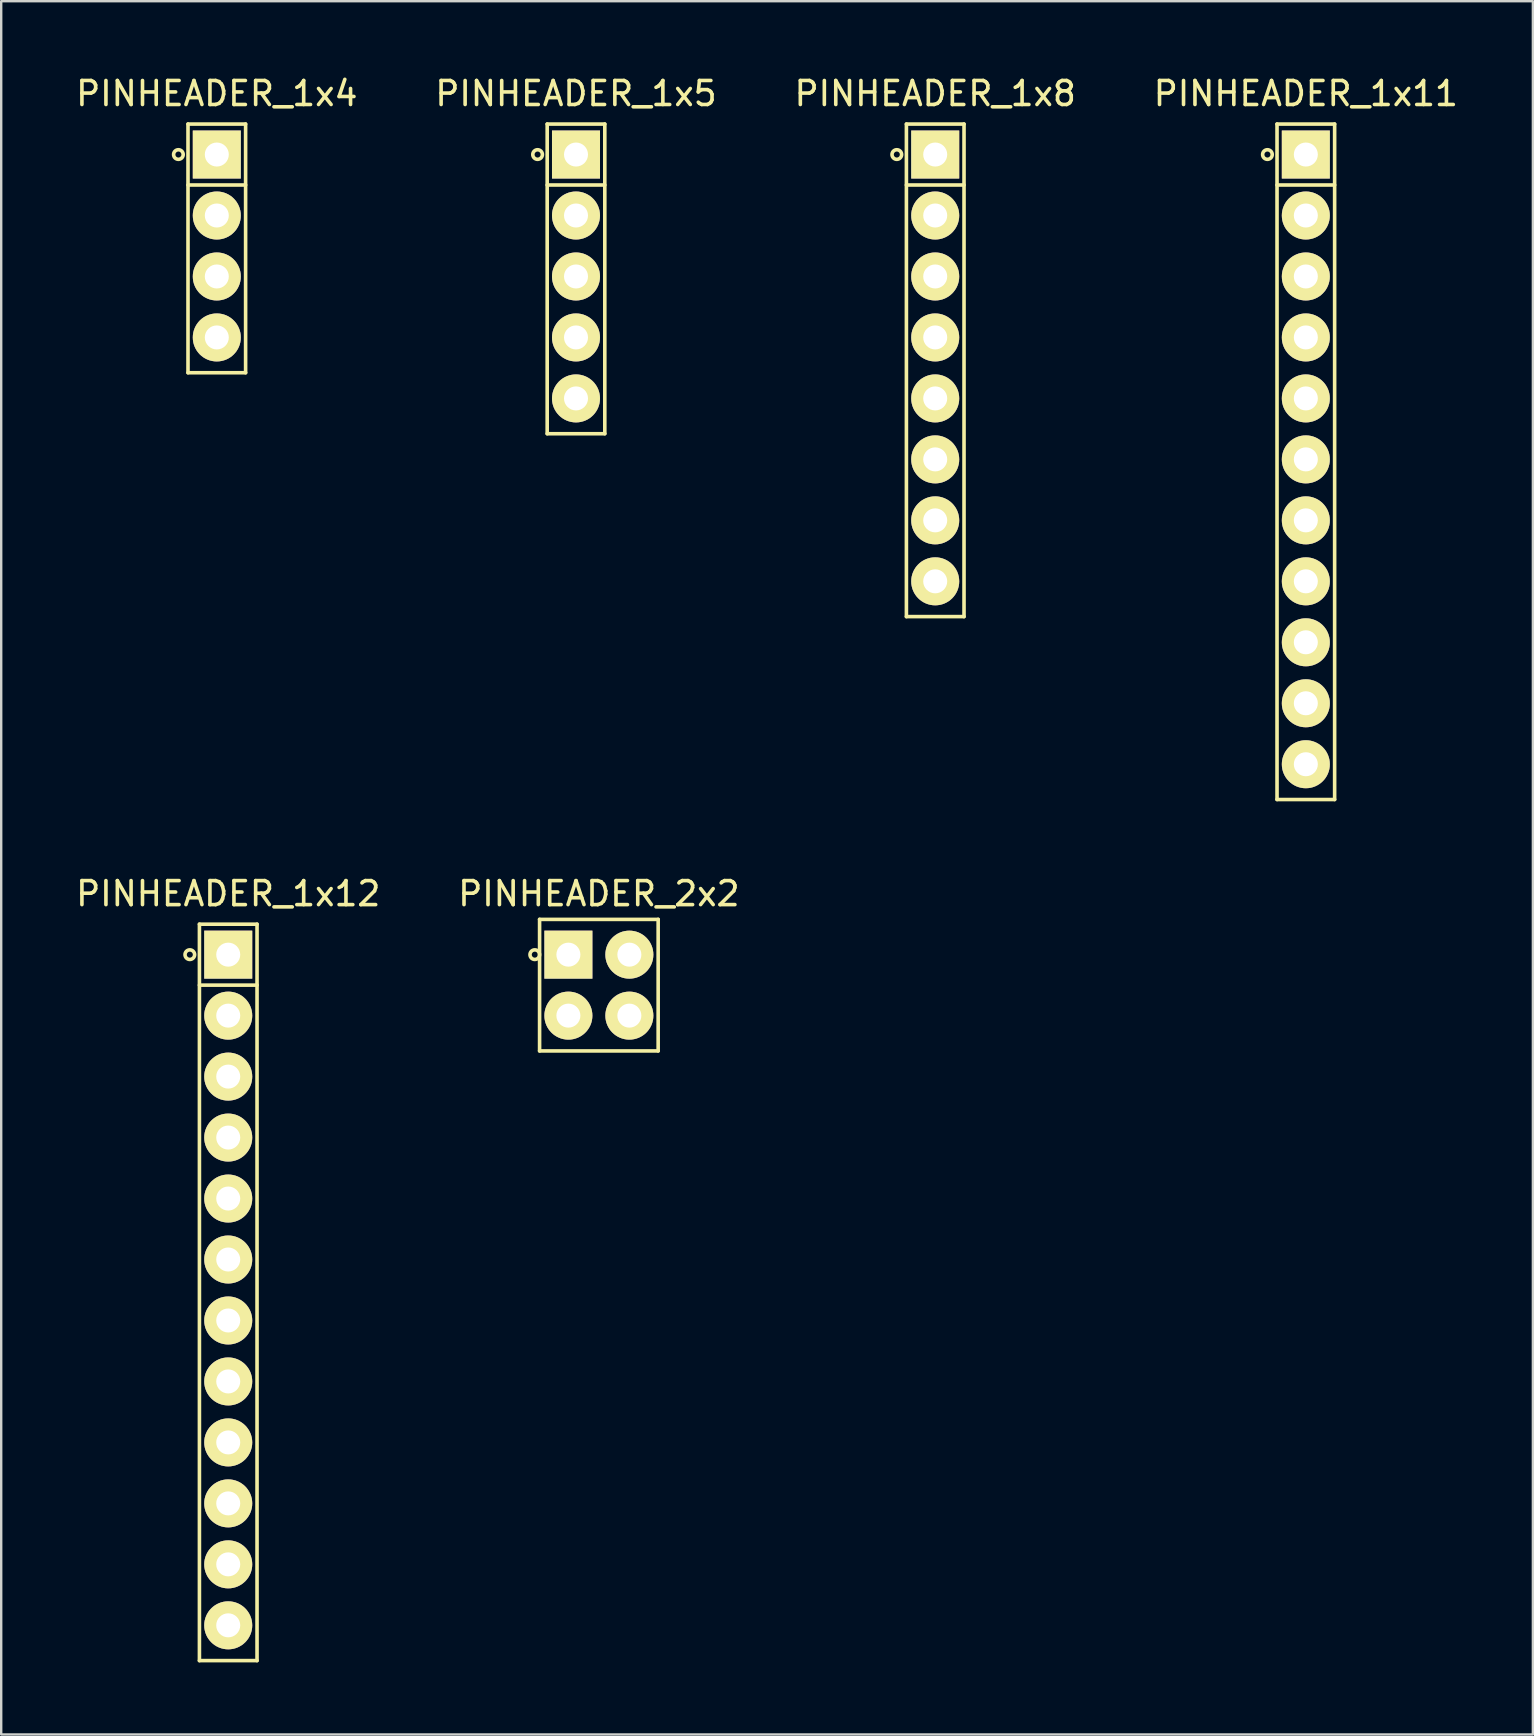
<source format=kicad_pcb>
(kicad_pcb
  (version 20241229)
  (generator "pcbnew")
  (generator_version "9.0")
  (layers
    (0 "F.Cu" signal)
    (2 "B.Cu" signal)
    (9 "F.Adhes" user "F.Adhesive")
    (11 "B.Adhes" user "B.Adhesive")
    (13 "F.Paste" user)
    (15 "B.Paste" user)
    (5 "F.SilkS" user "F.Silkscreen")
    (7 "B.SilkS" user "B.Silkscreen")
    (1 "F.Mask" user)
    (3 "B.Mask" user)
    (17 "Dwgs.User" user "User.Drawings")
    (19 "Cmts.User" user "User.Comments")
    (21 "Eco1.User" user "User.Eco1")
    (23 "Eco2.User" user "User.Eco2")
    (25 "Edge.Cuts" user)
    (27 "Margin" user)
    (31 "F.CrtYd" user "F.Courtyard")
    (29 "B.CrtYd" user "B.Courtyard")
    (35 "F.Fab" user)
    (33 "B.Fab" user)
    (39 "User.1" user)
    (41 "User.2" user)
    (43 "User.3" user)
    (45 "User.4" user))
  (footprint "PINHEADER_1x12"
    (layer "F.Cu")
    (at 6.458 36.721)
    (property "Reference" "PINHEADER_1x12" (at 0 -2.54 0) (layer "F.SilkS") (effects (font (size 1 1) (thickness 0.15))))
    (attr through_hole)
    (fp_line (start -1.2 -1.27) (end 1.2 -1.27) (stroke (width 0.15) (type solid)) (layer "F.SilkS"))
    (fp_line (start -1.2 1.27) (end 1.2 1.27) (stroke (width 0.15) (type solid)) (layer "F.SilkS"))
    (fp_line (start -1.2 29.41) (end -1.2 -1.27) (stroke (width 0.15) (type solid)) (layer "F.SilkS"))
    (fp_line (start 1.2 -1.27) (end 1.2 29.41) (stroke (width 0.15) (type solid)) (layer "F.SilkS"))
    (fp_line (start 1.2 29.41) (end -1.2 29.41) (stroke (width 0.15) (type solid)) (layer "F.SilkS"))
    (fp_circle (center -1.6 0) (end -1.6 0.2) (stroke (width 0.15) (type solid)) (fill no) (layer "F.SilkS"))
    (pad "1" thru_hole rect (at 0 0) (size 2 2) (drill 1) (layers "*.Cu" "*.Mask" "F.SilkS"))
    (pad "2" thru_hole circle (at 0 2.54) (size 2 2) (drill 1) (layers "*.Cu" "*.Mask" "F.SilkS"))
    (pad "3" thru_hole circle (at 0 5.08) (size 2 2) (drill 1) (layers "*.Cu" "*.Mask" "F.SilkS"))
    (pad "4" thru_hole circle (at 0 7.62) (size 2 2) (drill 1) (layers "*.Cu" "*.Mask" "F.SilkS"))
    (pad "5" thru_hole circle (at 0 10.16) (size 2 2) (drill 1) (layers "*.Cu" "*.Mask" "F.SilkS"))
    (pad "6" thru_hole circle (at 0 12.7) (size 2 2) (drill 1) (layers "*.Cu" "*.Mask" "F.SilkS"))
    (pad "7" thru_hole circle (at 0 15.24) (size 2 2) (drill 1) (layers "*.Cu" "*.Mask" "F.SilkS"))
    (pad "8" thru_hole circle (at 0 17.78) (size 2 2) (drill 1) (layers "*.Cu" "*.Mask" "F.SilkS"))
    (pad "9" thru_hole circle (at 0 20.32) (size 2 2) (drill 1) (layers "*.Cu" "*.Mask" "F.SilkS"))
    (pad "10" thru_hole circle (at 0 22.86) (size 2 2) (drill 1) (layers "*.Cu" "*.Mask" "F.SilkS"))
    (pad "11" thru_hole circle (at 0 25.4) (size 2 2) (drill 1) (layers "*.Cu" "*.Mask" "F.SilkS"))
    (pad "12" thru_hole circle (at 0 27.94) (size 2 2) (drill 1) (layers "*.Cu" "*.Mask" "F.SilkS")))
  (footprint "PINHEADER_1x8"
    (layer "F.Cu")
    (at 35.911 3.388)
    (property "Reference" "PINHEADER_1x8" (at 0 -2.54 0) (layer "F.SilkS") (effects (font (size 1 1) (thickness 0.15))))
    (attr through_hole)
    (fp_line (start -1.2 -1.27) (end 1.2 -1.27) (stroke (width 0.15) (type solid)) (layer "F.SilkS"))
    (fp_line (start -1.2 1.27) (end 1.2 1.27) (stroke (width 0.15) (type solid)) (layer "F.SilkS"))
    (fp_line (start -1.2 19.25) (end -1.2 -1.27) (stroke (width 0.15) (type solid)) (layer "F.SilkS"))
    (fp_line (start 1.2 -1.27) (end 1.2 19.25) (stroke (width 0.15) (type solid)) (layer "F.SilkS"))
    (fp_line (start 1.2 19.25) (end -1.2 19.25) (stroke (width 0.15) (type solid)) (layer "F.SilkS"))
    (fp_circle (center -1.6 0) (end -1.6 0.2) (stroke (width 0.15) (type solid)) (fill no) (layer "F.SilkS"))
    (pad "1" thru_hole rect (at 0 0) (size 2 2) (drill 1) (layers "*.Cu" "*.Mask" "F.SilkS"))
    (pad "2" thru_hole circle (at 0 2.54) (size 2 2) (drill 1) (layers "*.Cu" "*.Mask" "F.SilkS"))
    (pad "3" thru_hole circle (at 0 5.08) (size 2 2) (drill 1) (layers "*.Cu" "*.Mask" "F.SilkS"))
    (pad "4" thru_hole circle (at 0 7.62) (size 2 2) (drill 1) (layers "*.Cu" "*.Mask" "F.SilkS"))
    (pad "5" thru_hole circle (at 0 10.16) (size 2 2) (drill 1) (layers "*.Cu" "*.Mask" "F.SilkS"))
    (pad "6" thru_hole circle (at 0 12.7) (size 2 2) (drill 1) (layers "*.Cu" "*.Mask" "F.SilkS"))
    (pad "7" thru_hole circle (at 0 15.24) (size 2 2) (drill 1) (layers "*.Cu" "*.Mask" "F.SilkS"))
    (pad "8" thru_hole circle (at 0 17.78) (size 2 2) (drill 1) (layers "*.Cu" "*.Mask" "F.SilkS")))
  (footprint "PINHEADER_2x2"
    (layer "F.Cu")
    (at 20.629 36.721)
    (property "Reference" "PINHEADER_2x2" (at 1.27 -2.54 0) (layer "F.SilkS") (effects (font (size 1 1) (thickness 0.15))))
    (attr through_hole)
    (fp_line (start -1.2 -1.47) (end 3.74 -1.47) (stroke (width 0.15) (type solid)) (layer "F.SilkS"))
    (fp_line (start -1.2 4.01) (end -1.2 -1.47) (stroke (width 0.15) (type solid)) (layer "F.SilkS"))
    (fp_line (start 3.74 -1.47) (end 3.74 4.01) (stroke (width 0.15) (type solid)) (layer "F.SilkS"))
    (fp_line (start 3.74 4.01) (end -1.2 4.01) (stroke (width 0.15) (type solid)) (layer "F.SilkS"))
    (fp_circle (center -1.4 0) (end -1.4 0.2) (stroke (width 0.15) (type solid)) (fill no) (layer "F.SilkS"))
    (pad "1" thru_hole rect (at 0 0) (size 2 2) (drill 1) (layers "*.Cu" "*.Mask" "F.SilkS"))
    (pad "2" thru_hole circle (at 0 2.54) (size 2 2) (drill 1) (layers "*.Cu" "*.Mask" "F.SilkS"))
    (pad "3" thru_hole circle (at 2.54 2.54) (size 2 2) (drill 1) (layers "*.Cu" "*.Mask" "F.SilkS"))
    (pad "4" thru_hole circle (at 2.54 0) (size 2 2) (drill 1) (layers "*.Cu" "*.Mask" "F.SilkS")))
  (footprint "PINHEADER_1x4"
    (layer "F.Cu")
    (at 5.982 3.388)
    (property "Reference" "PINHEADER_1x4" (at 0 -2.54 0) (layer "F.SilkS") (effects (font (size 1 1) (thickness 0.15))))
    (attr through_hole)
    (fp_line (start -1.2 -1.27) (end 1.2 -1.27) (stroke (width 0.15) (type solid)) (layer "F.SilkS"))
    (fp_line (start -1.2 1.27) (end 1.2 1.27) (stroke (width 0.15) (type solid)) (layer "F.SilkS"))
    (fp_line (start -1.2 9.09) (end -1.2 -1.27) (stroke (width 0.15) (type solid)) (layer "F.SilkS"))
    (fp_line (start 1.2 -1.27) (end 1.2 9.09) (stroke (width 0.15) (type solid)) (layer "F.SilkS"))
    (fp_line (start 1.2 9.09) (end -1.2 9.09) (stroke (width 0.15) (type solid)) (layer "F.SilkS"))
    (fp_circle (center -1.6 0) (end -1.6 0.2) (stroke (width 0.15) (type solid)) (fill no) (layer "F.SilkS"))
    (pad "1" thru_hole rect (at 0 0) (size 2 2) (drill 1) (layers "*.Cu" "*.Mask" "F.SilkS"))
    (pad "2" thru_hole circle (at 0 2.54) (size 2 2) (drill 1) (layers "*.Cu" "*.Mask" "F.SilkS"))
    (pad "3" thru_hole circle (at 0 5.08) (size 2 2) (drill 1) (layers "*.Cu" "*.Mask" "F.SilkS"))
    (pad "4" thru_hole circle (at 0 7.62) (size 2 2) (drill 1) (layers "*.Cu" "*.Mask" "F.SilkS")))
  (footprint "PINHEADER_1x5"
    (layer "F.Cu")
    (at 20.946 3.388)
    (property "Reference" "PINHEADER_1x5" (at 0 -2.54 0) (layer "F.SilkS") (effects (font (size 1 1) (thickness 0.15))))
    (attr through_hole)
    (fp_line (start -1.2 -1.27) (end 1.2 -1.27) (stroke (width 0.15) (type solid)) (layer "F.SilkS"))
    (fp_line (start -1.2 1.27) (end 1.2 1.27) (stroke (width 0.15) (type solid)) (layer "F.SilkS"))
    (fp_line (start -1.2 11.63) (end -1.2 -1.27) (stroke (width 0.15) (type solid)) (layer "F.SilkS"))
    (fp_line (start 1.2 -1.27) (end 1.2 11.63) (stroke (width 0.15) (type solid)) (layer "F.SilkS"))
    (fp_line (start 1.2 11.63) (end -1.2 11.63) (stroke (width 0.15) (type solid)) (layer "F.SilkS"))
    (fp_circle (center -1.6 0) (end -1.6 0.2) (stroke (width 0.15) (type solid)) (fill no) (layer "F.SilkS"))
    (pad "1" thru_hole rect (at 0 0) (size 2 2) (drill 1) (layers "*.Cu" "*.Mask" "F.SilkS"))
    (pad "2" thru_hole circle (at 0 2.54) (size 2 2) (drill 1) (layers "*.Cu" "*.Mask" "F.SilkS"))
    (pad "3" thru_hole circle (at 0 5.08) (size 2 2) (drill 1) (layers "*.Cu" "*.Mask" "F.SilkS"))
    (pad "4" thru_hole circle (at 0 7.62) (size 2 2) (drill 1) (layers "*.Cu" "*.Mask" "F.SilkS"))
    (pad "5" thru_hole circle (at 0 10.16) (size 2 2) (drill 1) (layers "*.Cu" "*.Mask" "F.SilkS")))
  (footprint "PINHEADER_1x11"
    (layer "F.Cu")
    (at 51.351 3.388)
    (property "Reference" "PINHEADER_1x11" (at 0 -2.54 0) (layer "F.SilkS") (effects (font (size 1 1) (thickness 0.15))))
    (attr through_hole)
    (fp_line (start -1.2 -1.27) (end 1.2 -1.27) (stroke (width 0.15) (type solid)) (layer "F.SilkS"))
    (fp_line (start -1.2 1.27) (end 1.2 1.27) (stroke (width 0.15) (type solid)) (layer "F.SilkS"))
    (fp_line (start -1.2 26.87) (end -1.2 -1.27) (stroke (width 0.15) (type solid)) (layer "F.SilkS"))
    (fp_line (start 1.2 -1.27) (end 1.2 26.87) (stroke (width 0.15) (type solid)) (layer "F.SilkS"))
    (fp_line (start 1.2 26.87) (end -1.2 26.87) (stroke (width 0.15) (type solid)) (layer "F.SilkS"))
    (fp_circle (center -1.6 0) (end -1.6 0.2) (stroke (width 0.15) (type solid)) (fill no) (layer "F.SilkS"))
    (pad "1" thru_hole rect (at 0 0) (size 2 2) (drill 1) (layers "*.Cu" "*.Mask" "F.SilkS"))
    (pad "2" thru_hole circle (at 0 2.54) (size 2 2) (drill 1) (layers "*.Cu" "*.Mask" "F.SilkS"))
    (pad "3" thru_hole circle (at 0 5.08) (size 2 2) (drill 1) (layers "*.Cu" "*.Mask" "F.SilkS"))
    (pad "4" thru_hole circle (at 0 7.62) (size 2 2) (drill 1) (layers "*.Cu" "*.Mask" "F.SilkS"))
    (pad "5" thru_hole circle (at 0 10.16) (size 2 2) (drill 1) (layers "*.Cu" "*.Mask" "F.SilkS"))
    (pad "6" thru_hole circle (at 0 12.7) (size 2 2) (drill 1) (layers "*.Cu" "*.Mask" "F.SilkS"))
    (pad "7" thru_hole circle (at 0 15.24) (size 2 2) (drill 1) (layers "*.Cu" "*.Mask" "F.SilkS"))
    (pad "8" thru_hole circle (at 0 17.78) (size 2 2) (drill 1) (layers "*.Cu" "*.Mask" "F.SilkS"))
    (pad "9" thru_hole circle (at 0 20.32) (size 2 2) (drill 1) (layers "*.Cu" "*.Mask" "F.SilkS"))
    (pad "10" thru_hole circle (at 0 22.86) (size 2 2) (drill 1) (layers "*.Cu" "*.Mask" "F.SilkS"))
    (pad "11" thru_hole circle (at 0 25.4) (size 2 2) (drill 1) (layers "*.Cu" "*.Mask" "F.SilkS")))
  (gr_rect
    (start -3 -3)
    (end 60.81 69.207)
    (stroke (width 0.1) (type default))
    (fill no)
    (layer "Edge.Cuts")))
</source>
